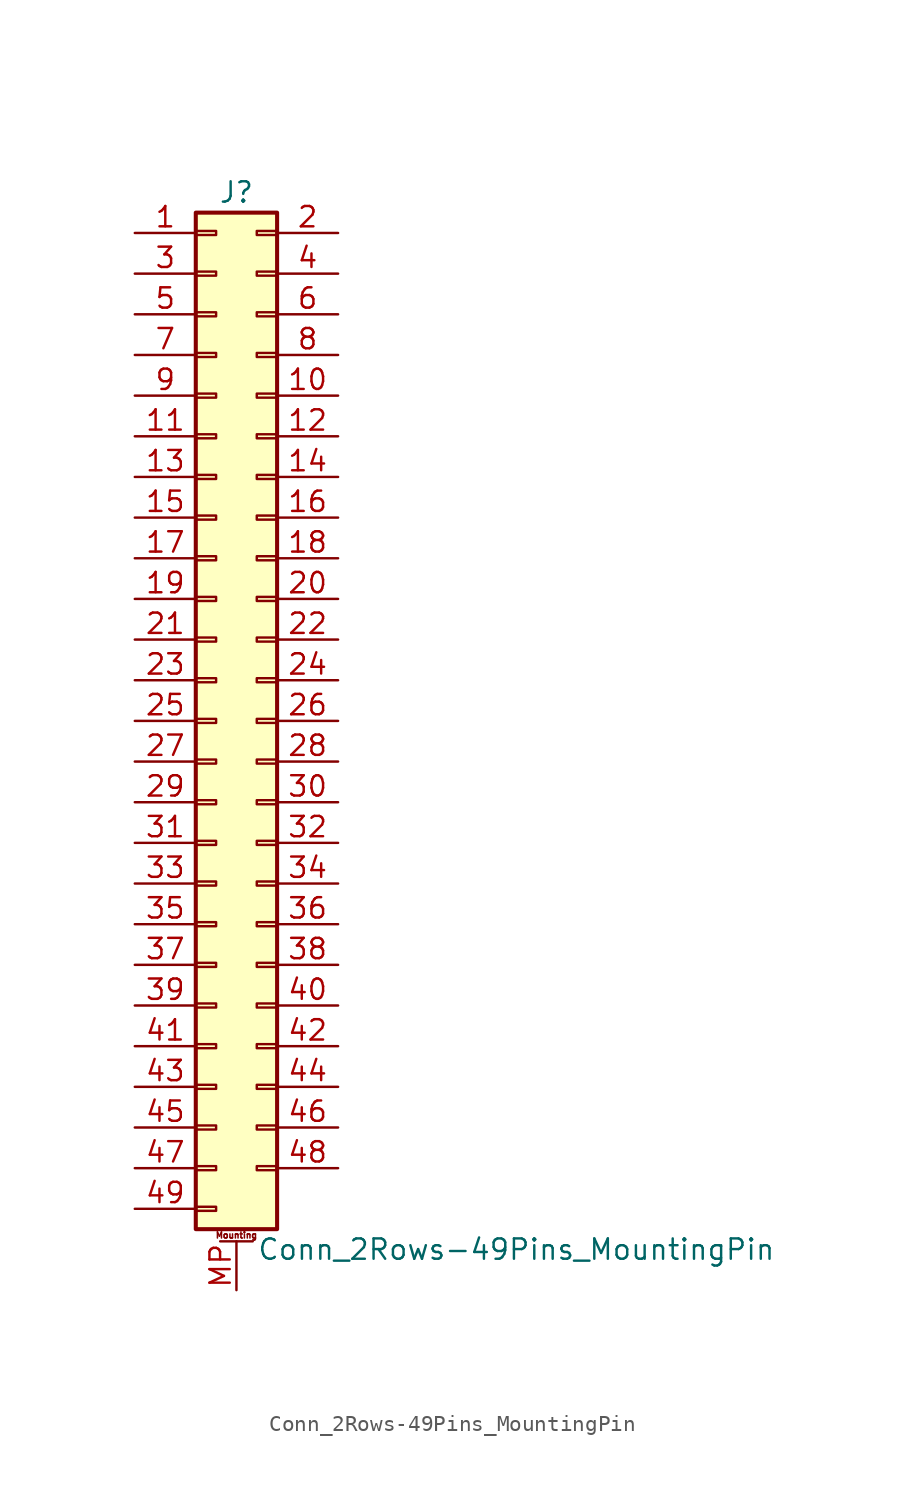
<source format=kicad_sym>
(kicad_symbol_lib
  (version 20201005)
  (generator kicad_symbol_editor)
  (symbol "Conn_2Rows-49Pins_MountingPin"
    (pin_names
      (offset 1.016) hide)
    (property "Reference" "J"
      (at 1.27 33.02 0)
      (effects (font (size 1.27 1.27))))
    (property "Value" "Conn_2Rows-49Pins_MountingPin"
      (at 2.54 -33.02 0)
      (effects (font (size 1.27 1.27)) (justify left)))
    (symbol "Conn_2Rows-49Pins_MountingPin_1_1"
      (text "Mounting" (at 1.27 -32.131 0) (effects (font (size 0.381 0.381))))
      (rectangle (start -1.27 -30.353) (end 0 -30.607) (stroke (width 0.152)) (fill (type none)))
      (rectangle (start -1.27 -27.813) (end 0 -28.067) (stroke (width 0.152)) (fill (type none)))
      (rectangle (start -1.27 -25.273) (end 0 -25.527) (stroke (width 0.152)) (fill (type none)))
      (rectangle (start -1.27 -22.733) (end 0 -22.987) (stroke (width 0.152)) (fill (type none)))
      (rectangle (start -1.27 -20.193) (end 0 -20.447) (stroke (width 0.152)) (fill (type none)))
      (rectangle (start -1.27 -17.653) (end 0 -17.907) (stroke (width 0.152)) (fill (type none)))
      (rectangle (start -1.27 -15.113) (end 0 -15.367) (stroke (width 0.152)) (fill (type none)))
      (rectangle (start -1.27 -12.573) (end 0 -12.827) (stroke (width 0.152)) (fill (type none)))
      (rectangle (start -1.27 -10.033) (end 0 -10.287) (stroke (width 0.152)) (fill (type none)))
      (rectangle (start -1.27 -7.493) (end 0 -7.747) (stroke (width 0.152)) (fill (type none)))
      (rectangle (start -1.27 -4.953) (end 0 -5.207) (stroke (width 0.152)) (fill (type none)))
      (rectangle (start -1.27 -2.413) (end 0 -2.667) (stroke (width 0.152)) (fill (type none)))
      (rectangle (start -1.27 0.127) (end 0 -0.127) (stroke (width 0.152)) (fill (type none)))
      (rectangle (start -1.27 2.667) (end 0 2.413) (stroke (width 0.152)) (fill (type none)))
      (rectangle (start -1.27 5.207) (end 0 4.953) (stroke (width 0.152)) (fill (type none)))
      (rectangle (start -1.27 7.747) (end 0 7.493) (stroke (width 0.152)) (fill (type none)))
      (rectangle (start -1.27 10.287) (end 0 10.033) (stroke (width 0.152)) (fill (type none)))
      (rectangle (start -1.27 12.827) (end 0 12.573) (stroke (width 0.152)) (fill (type none)))
      (rectangle (start -1.27 15.367) (end 0 15.113) (stroke (width 0.152)) (fill (type none)))
      (rectangle (start -1.27 17.907) (end 0 17.653) (stroke (width 0.152)) (fill (type none)))
      (rectangle (start -1.27 20.447) (end 0 20.193) (stroke (width 0.152)) (fill (type none)))
      (rectangle (start -1.27 22.987) (end 0 22.733) (stroke (width 0.152)) (fill (type none)))
      (rectangle (start -1.27 25.527) (end 0 25.273) (stroke (width 0.152)) (fill (type none)))
      (rectangle (start -1.27 28.067) (end 0 27.813) (stroke (width 0.152)) (fill (type none)))
      (rectangle (start -1.27 30.607) (end 0 30.353) (stroke (width 0.152)) (fill (type none)))
      (rectangle (start 3.81 -27.813) (end 2.54 -28.067) (stroke (width 0.152)) (fill (type none)))
      (rectangle (start 3.81 -25.273) (end 2.54 -25.527) (stroke (width 0.152)) (fill (type none)))
      (rectangle (start 3.81 -22.733) (end 2.54 -22.987) (stroke (width 0.152)) (fill (type none)))
      (rectangle (start 3.81 -20.193) (end 2.54 -20.447) (stroke (width 0.152)) (fill (type none)))
      (rectangle (start 3.81 -17.653) (end 2.54 -17.907) (stroke (width 0.152)) (fill (type none)))
      (rectangle (start 3.81 -15.113) (end 2.54 -15.367) (stroke (width 0.152)) (fill (type none)))
      (rectangle (start 3.81 -12.573) (end 2.54 -12.827) (stroke (width 0.152)) (fill (type none)))
      (rectangle (start 3.81 -10.033) (end 2.54 -10.287) (stroke (width 0.152)) (fill (type none)))
      (rectangle (start 3.81 -7.493) (end 2.54 -7.747) (stroke (width 0.152)) (fill (type none)))
      (rectangle (start 3.81 -4.953) (end 2.54 -5.207) (stroke (width 0.152)) (fill (type none)))
      (rectangle (start 3.81 -2.413) (end 2.54 -2.667) (stroke (width 0.152)) (fill (type none)))
      (rectangle (start 3.81 0.127) (end 2.54 -0.127) (stroke (width 0.152)) (fill (type none)))
      (rectangle (start 3.81 2.667) (end 2.54 2.413) (stroke (width 0.152)) (fill (type none)))
      (rectangle (start 3.81 5.207) (end 2.54 4.953) (stroke (width 0.152)) (fill (type none)))
      (rectangle (start 3.81 7.747) (end 2.54 7.493) (stroke (width 0.152)) (fill (type none)))
      (rectangle (start 3.81 10.287) (end 2.54 10.033) (stroke (width 0.152)) (fill (type none)))
      (rectangle (start 3.81 12.827) (end 2.54 12.573) (stroke (width 0.152)) (fill (type none)))
      (rectangle (start 3.81 15.367) (end 2.54 15.113) (stroke (width 0.152)) (fill (type none)))
      (rectangle (start 3.81 17.907) (end 2.54 17.653) (stroke (width 0.152)) (fill (type none)))
      (rectangle (start 3.81 20.447) (end 2.54 20.193) (stroke (width 0.152)) (fill (type none)))
      (rectangle (start 3.81 22.987) (end 2.54 22.733) (stroke (width 0.152)) (fill (type none)))
      (rectangle (start 3.81 25.527) (end 2.54 25.273) (stroke (width 0.152)) (fill (type none)))
      (rectangle (start 3.81 28.067) (end 2.54 27.813) (stroke (width 0.152)) (fill (type none)))
      (rectangle (start 3.81 30.607) (end 2.54 30.353) (stroke (width 0.152)) (fill (type none)))
      (rectangle (start -1.27 31.75) (end 3.81 -31.75) (stroke (width 0.254)) (fill (type background)))
      (polyline (pts (xy 0.254 -32.512) (xy 2.286 -32.512)) (stroke (width 0.152)) (fill (type none)))
      (pin passive line (at -5.08 30.48 0) (length 3.81) (name "Pin_1" (effects (font (size 1.27 1.27)))) (number "1" (effects (font (size 1.27 1.27)))))
      (pin passive line (at 7.62 20.32 180) (length 3.81) (name "Pin_10" (effects (font (size 1.27 1.27)))) (number "10" (effects (font (size 1.27 1.27)))))
      (pin passive line (at -5.08 17.78 0) (length 3.81) (name "Pin_11" (effects (font (size 1.27 1.27)))) (number "11" (effects (font (size 1.27 1.27)))))
      (pin passive line (at 7.62 17.78 180) (length 3.81) (name "Pin_12" (effects (font (size 1.27 1.27)))) (number "12" (effects (font (size 1.27 1.27)))))
      (pin passive line (at -5.08 15.24 0) (length 3.81) (name "Pin_13" (effects (font (size 1.27 1.27)))) (number "13" (effects (font (size 1.27 1.27)))))
      (pin passive line (at 7.62 15.24 180) (length 3.81) (name "Pin_14" (effects (font (size 1.27 1.27)))) (number "14" (effects (font (size 1.27 1.27)))))
      (pin passive line (at -5.08 12.7 0) (length 3.81) (name "Pin_15" (effects (font (size 1.27 1.27)))) (number "15" (effects (font (size 1.27 1.27)))))
      (pin passive line (at 7.62 12.7 180) (length 3.81) (name "Pin_16" (effects (font (size 1.27 1.27)))) (number "16" (effects (font (size 1.27 1.27)))))
      (pin passive line (at -5.08 10.16 0) (length 3.81) (name "Pin_17" (effects (font (size 1.27 1.27)))) (number "17" (effects (font (size 1.27 1.27)))))
      (pin passive line (at 7.62 10.16 180) (length 3.81) (name "Pin_18" (effects (font (size 1.27 1.27)))) (number "18" (effects (font (size 1.27 1.27)))))
      (pin passive line (at -5.08 7.62 0) (length 3.81) (name "Pin_19" (effects (font (size 1.27 1.27)))) (number "19" (effects (font (size 1.27 1.27)))))
      (pin passive line (at 7.62 30.48 180) (length 3.81) (name "Pin_2" (effects (font (size 1.27 1.27)))) (number "2" (effects (font (size 1.27 1.27)))))
      (pin passive line (at 7.62 7.62 180) (length 3.81) (name "Pin_20" (effects (font (size 1.27 1.27)))) (number "20" (effects (font (size 1.27 1.27)))))
      (pin passive line (at -5.08 5.08 0) (length 3.81) (name "Pin_21" (effects (font (size 1.27 1.27)))) (number "21" (effects (font (size 1.27 1.27)))))
      (pin passive line (at 7.62 5.08 180) (length 3.81) (name "Pin_22" (effects (font (size 1.27 1.27)))) (number "22" (effects (font (size 1.27 1.27)))))
      (pin passive line (at -5.08 2.54 0) (length 3.81) (name "Pin_23" (effects (font (size 1.27 1.27)))) (number "23" (effects (font (size 1.27 1.27)))))
      (pin passive line (at 7.62 2.54 180) (length 3.81) (name "Pin_24" (effects (font (size 1.27 1.27)))) (number "24" (effects (font (size 1.27 1.27)))))
      (pin passive line (at -5.08 0 0) (length 3.81) (name "Pin_25" (effects (font (size 1.27 1.27)))) (number "25" (effects (font (size 1.27 1.27)))))
      (pin passive line (at 7.62 0 180) (length 3.81) (name "Pin_26" (effects (font (size 1.27 1.27)))) (number "26" (effects (font (size 1.27 1.27)))))
      (pin passive line (at -5.08 -2.54 0) (length 3.81) (name "Pin_27" (effects (font (size 1.27 1.27)))) (number "27" (effects (font (size 1.27 1.27)))))
      (pin passive line (at 7.62 -2.54 180) (length 3.81) (name "Pin_28" (effects (font (size 1.27 1.27)))) (number "28" (effects (font (size 1.27 1.27)))))
      (pin passive line (at -5.08 -5.08 0) (length 3.81) (name "Pin_29" (effects (font (size 1.27 1.27)))) (number "29" (effects (font (size 1.27 1.27)))))
      (pin passive line (at -5.08 27.94 0) (length 3.81) (name "Pin_3" (effects (font (size 1.27 1.27)))) (number "3" (effects (font (size 1.27 1.27)))))
      (pin passive line (at 7.62 -5.08 180) (length 3.81) (name "Pin_30" (effects (font (size 1.27 1.27)))) (number "30" (effects (font (size 1.27 1.27)))))
      (pin passive line (at -5.08 -7.62 0) (length 3.81) (name "Pin_31" (effects (font (size 1.27 1.27)))) (number "31" (effects (font (size 1.27 1.27)))))
      (pin passive line (at 7.62 -7.62 180) (length 3.81) (name "Pin_32" (effects (font (size 1.27 1.27)))) (number "32" (effects (font (size 1.27 1.27)))))
      (pin passive line (at -5.08 -10.16 0) (length 3.81) (name "Pin_33" (effects (font (size 1.27 1.27)))) (number "33" (effects (font (size 1.27 1.27)))))
      (pin passive line (at 7.62 -10.16 180) (length 3.81) (name "Pin_34" (effects (font (size 1.27 1.27)))) (number "34" (effects (font (size 1.27 1.27)))))
      (pin passive line (at -5.08 -12.7 0) (length 3.81) (name "Pin_35" (effects (font (size 1.27 1.27)))) (number "35" (effects (font (size 1.27 1.27)))))
      (pin passive line (at 7.62 -12.7 180) (length 3.81) (name "Pin_36" (effects (font (size 1.27 1.27)))) (number "36" (effects (font (size 1.27 1.27)))))
      (pin passive line (at -5.08 -15.24 0) (length 3.81) (name "Pin_37" (effects (font (size 1.27 1.27)))) (number "37" (effects (font (size 1.27 1.27)))))
      (pin passive line (at 7.62 -15.24 180) (length 3.81) (name "Pin_38" (effects (font (size 1.27 1.27)))) (number "38" (effects (font (size 1.27 1.27)))))
      (pin passive line (at -5.08 -17.78 0) (length 3.81) (name "Pin_39" (effects (font (size 1.27 1.27)))) (number "39" (effects (font (size 1.27 1.27)))))
      (pin passive line (at 7.62 27.94 180) (length 3.81) (name "Pin_4" (effects (font (size 1.27 1.27)))) (number "4" (effects (font (size 1.27 1.27)))))
      (pin passive line (at 7.62 -17.78 180) (length 3.81) (name "Pin_40" (effects (font (size 1.27 1.27)))) (number "40" (effects (font (size 1.27 1.27)))))
      (pin passive line (at -5.08 -20.32 0) (length 3.81) (name "Pin_41" (effects (font (size 1.27 1.27)))) (number "41" (effects (font (size 1.27 1.27)))))
      (pin passive line (at 7.62 -20.32 180) (length 3.81) (name "Pin_42" (effects (font (size 1.27 1.27)))) (number "42" (effects (font (size 1.27 1.27)))))
      (pin passive line (at -5.08 -22.86 0) (length 3.81) (name "Pin_43" (effects (font (size 1.27 1.27)))) (number "43" (effects (font (size 1.27 1.27)))))
      (pin passive line (at 7.62 -22.86 180) (length 3.81) (name "Pin_44" (effects (font (size 1.27 1.27)))) (number "44" (effects (font (size 1.27 1.27)))))
      (pin passive line (at -5.08 -25.4 0) (length 3.81) (name "Pin_45" (effects (font (size 1.27 1.27)))) (number "45" (effects (font (size 1.27 1.27)))))
      (pin passive line (at 7.62 -25.4 180) (length 3.81) (name "Pin_46" (effects (font (size 1.27 1.27)))) (number "46" (effects (font (size 1.27 1.27)))))
      (pin passive line (at -5.08 -27.94 0) (length 3.81) (name "Pin_47" (effects (font (size 1.27 1.27)))) (number "47" (effects (font (size 1.27 1.27)))))
      (pin passive line (at 7.62 -27.94 180) (length 3.81) (name "Pin_48" (effects (font (size 1.27 1.27)))) (number "48" (effects (font (size 1.27 1.27)))))
      (pin passive line (at -5.08 -30.48 0) (length 3.81) (name "Pin_49" (effects (font (size 1.27 1.27)))) (number "49" (effects (font (size 1.27 1.27)))))
      (pin passive line (at -5.08 25.4 0) (length 3.81) (name "Pin_5" (effects (font (size 1.27 1.27)))) (number "5" (effects (font (size 1.27 1.27)))))
      (pin passive line (at 7.62 25.4 180) (length 3.81) (name "Pin_6" (effects (font (size 1.27 1.27)))) (number "6" (effects (font (size 1.27 1.27)))))
      (pin passive line (at -5.08 22.86 0) (length 3.81) (name "Pin_7" (effects (font (size 1.27 1.27)))) (number "7" (effects (font (size 1.27 1.27)))))
      (pin passive line (at 7.62 22.86 180) (length 3.81) (name "Pin_8" (effects (font (size 1.27 1.27)))) (number "8" (effects (font (size 1.27 1.27)))))
      (pin passive line (at -5.08 20.32 0) (length 3.81) (name "Pin_9" (effects (font (size 1.27 1.27)))) (number "9" (effects (font (size 1.27 1.27)))))
      (pin passive line (at 1.27 -35.56 90) (length 3.048) (name "MountPin" (effects (font (size 1.27 1.27)))) (number "MP" (effects (font (size 1.27 1.27))))))))
</source>
